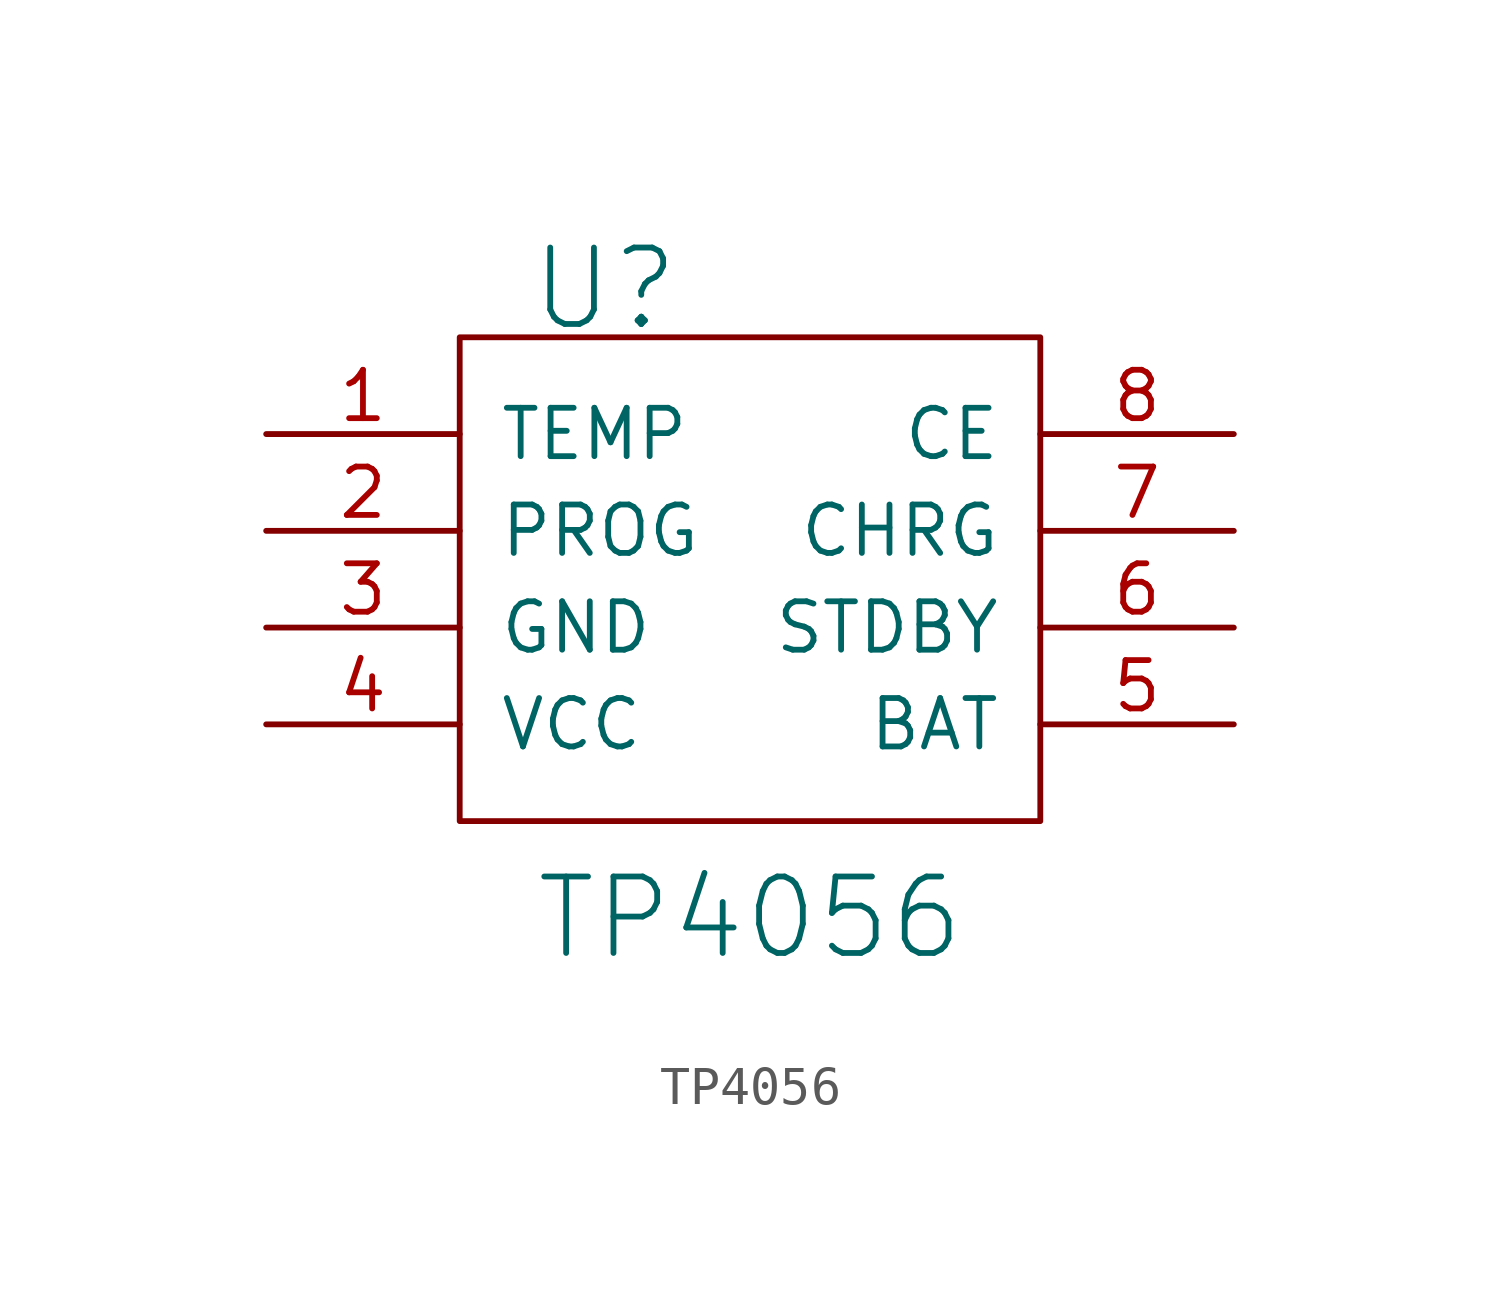
<source format=kicad_sym>
(kicad_symbol_lib
  (version 20220914)
  (generator kicad_symbol_editor)
  (symbol "TP4056"
    (pin_names
      (offset 1.016))
    (property "Reference" "U"
      (at -3.81 7.62 0)
      (effects (font (size 2.007 2.007))))
    (property "Value" "TP4056"
      (at 0 -8.89 0)
      (effects (font (size 2.007 2.007))))
    (property "Footprint" ""
      (at 0 0 0)
      (effects (font (size 2.007 2.007))))
    (property "Datasheet" ""
      (at 0 0 0)
      (effects (font (size 2.007 2.007))))
    (symbol "TP4056_0_1"
      (rectangle (start -7.62 6.35) (end 7.62 -6.35) (stroke (width 0) (type solid)) (fill (type none))))
    (symbol "TP4056_1_1"
      (pin input line (at -12.7 3.81 0) (length 5.08) (name "TEMP" (effects (font (size 1.27 1.27)))) (number "1" (effects (font (size 1.27 1.27)))))
      (pin input line (at -12.7 1.27 0) (length 5.08) (name "PROG" (effects (font (size 1.27 1.27)))) (number "2" (effects (font (size 1.27 1.27)))))
      (pin input line (at -12.7 -1.27 0) (length 5.08) (name "GND" (effects (font (size 1.27 1.27)))) (number "3" (effects (font (size 1.27 1.27)))))
      (pin input line (at -12.7 -3.81 0) (length 5.08) (name "VCC" (effects (font (size 1.27 1.27)))) (number "4" (effects (font (size 1.27 1.27)))))
      (pin input line (at 12.7 -3.81 180) (length 5.08) (name "BAT" (effects (font (size 1.27 1.27)))) (number "5" (effects (font (size 1.27 1.27)))))
      (pin input line (at 12.7 -1.27 180) (length 5.08) (name "STDBY" (effects (font (size 1.27 1.27)))) (number "6" (effects (font (size 1.27 1.27)))))
      (pin input line (at 12.7 1.27 180) (length 5.08) (name "CHRG" (effects (font (size 1.27 1.27)))) (number "7" (effects (font (size 1.27 1.27)))))
      (pin input line (at 12.7 3.81 180) (length 5.08) (name "CE" (effects (font (size 1.27 1.27)))) (number "8" (effects (font (size 1.27 1.27))))))))
</source>
